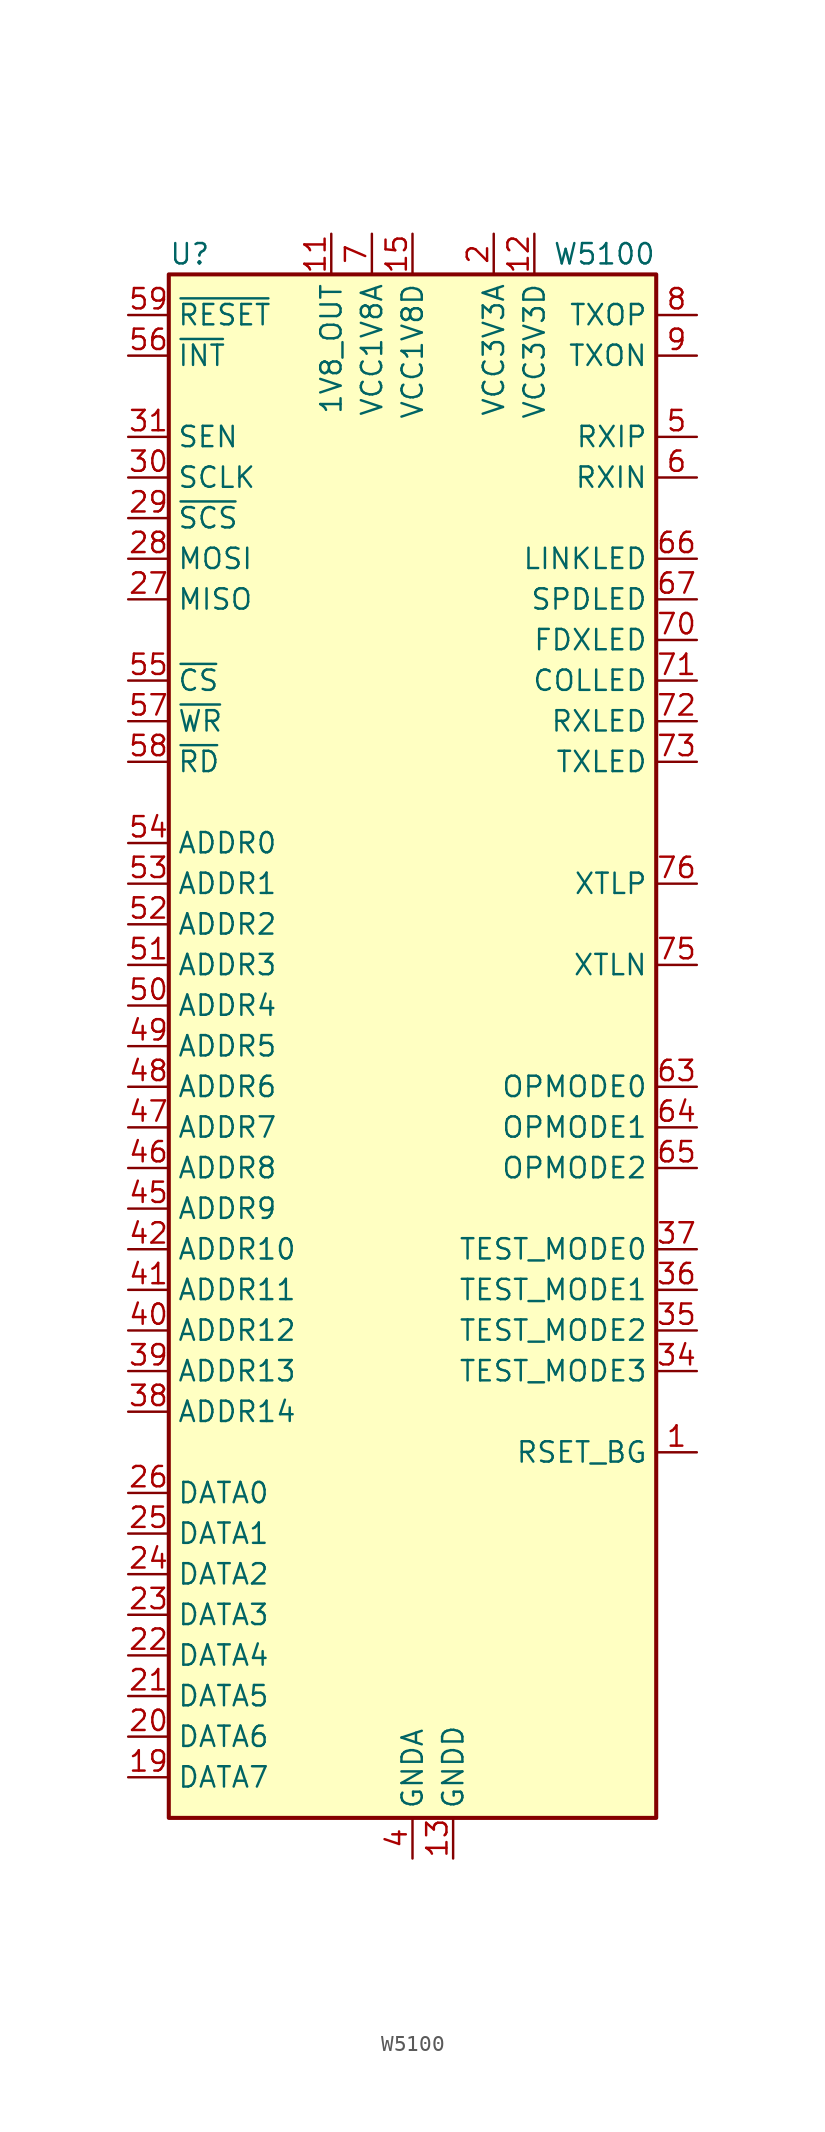
<source format=kicad_sym>
(kicad_symbol_lib
  (version 20201005)
  (generator kicad_symbol_editor)
  (symbol "W5100"
    (property "Reference" "U"
      (at -15.24 49.53 0)
      (effects (font (size 1.27 1.27)) (justify left)))
    (property "Value" "W5100"
      (at 15.24 49.53 0)
      (effects (font (size 1.27 1.27)) (justify right)))
    (symbol "W5100_0_1"
      (rectangle (start -15.24 48.26) (end 15.24 -48.26) (stroke (width 0.254)) (fill (type background))))
    (symbol "W5100_1_1"
      (pin output line (at 17.78 -25.4 180) (length 2.54) (name "RSET_BG" (effects (font (size 1.27 1.27)))) (number "1" (effects (font (size 1.27 1.27)))))
      (pin passive line (at 0 -50.8 90) (length 2.54) hide (name "GNDA" (effects (font (size 1.27 1.27)))) (number "10" (effects (font (size 1.27 1.27)))))
      (pin power_out line (at -5.08 50.8 270) (length 2.54) (name "1V8_OUT" (effects (font (size 1.27 1.27)))) (number "11" (effects (font (size 1.27 1.27)))))
      (pin power_in line (at 7.62 50.8 270) (length 2.54) (name "VCC3V3D" (effects (font (size 1.27 1.27)))) (number "12" (effects (font (size 1.27 1.27)))))
      (pin power_in line (at 2.54 -50.8 90) (length 2.54) (name "GNDD" (effects (font (size 1.27 1.27)))) (number "13" (effects (font (size 1.27 1.27)))))
      (pin passive line (at 2.54 -50.8 90) (length 2.54) hide (name "GNDD" (effects (font (size 1.27 1.27)))) (number "14" (effects (font (size 1.27 1.27)))))
      (pin power_in line (at 0 50.8 270) (length 2.54) (name "VCC1V8D" (effects (font (size 1.27 1.27)))) (number "15" (effects (font (size 1.27 1.27)))))
      (pin passive line (at 0 50.8 270) (length 2.54) hide (name "VCC1V8D" (effects (font (size 1.27 1.27)))) (number "16" (effects (font (size 1.27 1.27)))))
      (pin passive line (at 2.54 -50.8 90) (length 2.54) hide (name "GNDD" (effects (font (size 1.27 1.27)))) (number "17" (effects (font (size 1.27 1.27)))))
      (pin passive line (at 7.62 50.8 270) (length 2.54) hide (name "VCC3V3D" (effects (font (size 1.27 1.27)))) (number "18" (effects (font (size 1.27 1.27)))))
      (pin bidirectional line (at -17.78 -45.72 0) (length 2.54) (name "DATA7" (effects (font (size 1.27 1.27)))) (number "19" (effects (font (size 1.27 1.27)))))
      (pin power_in line (at 5.08 50.8 270) (length 2.54) (name "VCC3V3A" (effects (font (size 1.27 1.27)))) (number "2" (effects (font (size 1.27 1.27)))))
      (pin bidirectional line (at -17.78 -43.18 0) (length 2.54) (name "DATA6" (effects (font (size 1.27 1.27)))) (number "20" (effects (font (size 1.27 1.27)))))
      (pin bidirectional line (at -17.78 -40.64 0) (length 2.54) (name "DATA5" (effects (font (size 1.27 1.27)))) (number "21" (effects (font (size 1.27 1.27)))))
      (pin bidirectional line (at -17.78 -38.1 0) (length 2.54) (name "DATA4" (effects (font (size 1.27 1.27)))) (number "22" (effects (font (size 1.27 1.27)))))
      (pin bidirectional line (at -17.78 -35.56 0) (length 2.54) (name "DATA3" (effects (font (size 1.27 1.27)))) (number "23" (effects (font (size 1.27 1.27)))))
      (pin bidirectional line (at -17.78 -33.02 0) (length 2.54) (name "DATA2" (effects (font (size 1.27 1.27)))) (number "24" (effects (font (size 1.27 1.27)))))
      (pin bidirectional line (at -17.78 -30.48 0) (length 2.54) (name "DATA1" (effects (font (size 1.27 1.27)))) (number "25" (effects (font (size 1.27 1.27)))))
      (pin bidirectional line (at -17.78 -27.94 0) (length 2.54) (name "DATA0" (effects (font (size 1.27 1.27)))) (number "26" (effects (font (size 1.27 1.27)))))
      (pin output line (at -17.78 27.94 0) (length 2.54) (name "MISO" (effects (font (size 1.27 1.27)))) (number "27" (effects (font (size 1.27 1.27)))))
      (pin input line (at -17.78 30.48 0) (length 2.54) (name "MOSI" (effects (font (size 1.27 1.27)))) (number "28" (effects (font (size 1.27 1.27)))))
      (pin input line (at -17.78 33.02 0) (length 2.54) (name "~SCS" (effects (font (size 1.27 1.27)))) (number "29" (effects (font (size 1.27 1.27)))))
      (pin no_connect line (at 15.24 -30.48 180) (length 2.54) hide (name "NC" (effects (font (size 1.27 1.27)))) (number "3" (effects (font (size 1.27 1.27)))))
      (pin input line (at -17.78 35.56 0) (length 2.54) (name "SCLK" (effects (font (size 1.27 1.27)))) (number "30" (effects (font (size 1.27 1.27)))))
      (pin input line (at -17.78 38.1 0) (length 2.54) (name "SEN" (effects (font (size 1.27 1.27)))) (number "31" (effects (font (size 1.27 1.27)))))
      (pin passive line (at 2.54 -50.8 90) (length 2.54) hide (name "GNDD" (effects (font (size 1.27 1.27)))) (number "32" (effects (font (size 1.27 1.27)))))
      (pin passive line (at 0 50.8 270) (length 2.54) hide (name "VCC1V8D" (effects (font (size 1.27 1.27)))) (number "33" (effects (font (size 1.27 1.27)))))
      (pin input line (at 17.78 -20.32 180) (length 2.54) (name "TEST_MODE3" (effects (font (size 1.27 1.27)))) (number "34" (effects (font (size 1.27 1.27)))))
      (pin input line (at 17.78 -17.78 180) (length 2.54) (name "TEST_MODE2" (effects (font (size 1.27 1.27)))) (number "35" (effects (font (size 1.27 1.27)))))
      (pin input line (at 17.78 -15.24 180) (length 2.54) (name "TEST_MODE1" (effects (font (size 1.27 1.27)))) (number "36" (effects (font (size 1.27 1.27)))))
      (pin input line (at 17.78 -12.7 180) (length 2.54) (name "TEST_MODE0" (effects (font (size 1.27 1.27)))) (number "37" (effects (font (size 1.27 1.27)))))
      (pin input line (at -17.78 -22.86 0) (length 2.54) (name "ADDR14" (effects (font (size 1.27 1.27)))) (number "38" (effects (font (size 1.27 1.27)))))
      (pin input line (at -17.78 -20.32 0) (length 2.54) (name "ADDR13" (effects (font (size 1.27 1.27)))) (number "39" (effects (font (size 1.27 1.27)))))
      (pin power_in line (at 0 -50.8 90) (length 2.54) (name "GNDA" (effects (font (size 1.27 1.27)))) (number "4" (effects (font (size 1.27 1.27)))))
      (pin input line (at -17.78 -17.78 0) (length 2.54) (name "ADDR12" (effects (font (size 1.27 1.27)))) (number "40" (effects (font (size 1.27 1.27)))))
      (pin input line (at -17.78 -15.24 0) (length 2.54) (name "ADDR11" (effects (font (size 1.27 1.27)))) (number "41" (effects (font (size 1.27 1.27)))))
      (pin input line (at -17.78 -12.7 0) (length 2.54) (name "ADDR10" (effects (font (size 1.27 1.27)))) (number "42" (effects (font (size 1.27 1.27)))))
      (pin passive line (at 2.54 -50.8 90) (length 2.54) hide (name "GNDD" (effects (font (size 1.27 1.27)))) (number "43" (effects (font (size 1.27 1.27)))))
      (pin passive line (at 7.62 50.8 270) (length 2.54) hide (name "VCC3V3D" (effects (font (size 1.27 1.27)))) (number "44" (effects (font (size 1.27 1.27)))))
      (pin input line (at -17.78 -10.16 0) (length 2.54) (name "ADDR9" (effects (font (size 1.27 1.27)))) (number "45" (effects (font (size 1.27 1.27)))))
      (pin input line (at -17.78 -7.62 0) (length 2.54) (name "ADDR8" (effects (font (size 1.27 1.27)))) (number "46" (effects (font (size 1.27 1.27)))))
      (pin input line (at -17.78 -5.08 0) (length 2.54) (name "ADDR7" (effects (font (size 1.27 1.27)))) (number "47" (effects (font (size 1.27 1.27)))))
      (pin input line (at -17.78 -2.54 0) (length 2.54) (name "ADDR6" (effects (font (size 1.27 1.27)))) (number "48" (effects (font (size 1.27 1.27)))))
      (pin input line (at -17.78 0 0) (length 2.54) (name "ADDR5" (effects (font (size 1.27 1.27)))) (number "49" (effects (font (size 1.27 1.27)))))
      (pin input line (at 17.78 38.1 180) (length 2.54) (name "RXIP" (effects (font (size 1.27 1.27)))) (number "5" (effects (font (size 1.27 1.27)))))
      (pin input line (at -17.78 2.54 0) (length 2.54) (name "ADDR4" (effects (font (size 1.27 1.27)))) (number "50" (effects (font (size 1.27 1.27)))))
      (pin input line (at -17.78 5.08 0) (length 2.54) (name "ADDR3" (effects (font (size 1.27 1.27)))) (number "51" (effects (font (size 1.27 1.27)))))
      (pin input line (at -17.78 7.62 0) (length 2.54) (name "ADDR2" (effects (font (size 1.27 1.27)))) (number "52" (effects (font (size 1.27 1.27)))))
      (pin input line (at -17.78 10.16 0) (length 2.54) (name "ADDR1" (effects (font (size 1.27 1.27)))) (number "53" (effects (font (size 1.27 1.27)))))
      (pin input line (at -17.78 12.7 0) (length 2.54) (name "ADDR0" (effects (font (size 1.27 1.27)))) (number "54" (effects (font (size 1.27 1.27)))))
      (pin input line (at -17.78 22.86 0) (length 2.54) (name "~CS" (effects (font (size 1.27 1.27)))) (number "55" (effects (font (size 1.27 1.27)))))
      (pin output line (at -17.78 43.18 0) (length 2.54) (name "~INT" (effects (font (size 1.27 1.27)))) (number "56" (effects (font (size 1.27 1.27)))))
      (pin input line (at -17.78 20.32 0) (length 2.54) (name "~WR" (effects (font (size 1.27 1.27)))) (number "57" (effects (font (size 1.27 1.27)))))
      (pin input line (at -17.78 17.78 0) (length 2.54) (name "~RD" (effects (font (size 1.27 1.27)))) (number "58" (effects (font (size 1.27 1.27)))))
      (pin input line (at -17.78 45.72 0) (length 2.54) (name "~RESET" (effects (font (size 1.27 1.27)))) (number "59" (effects (font (size 1.27 1.27)))))
      (pin input line (at 17.78 35.56 180) (length 2.54) (name "RXIN" (effects (font (size 1.27 1.27)))) (number "6" (effects (font (size 1.27 1.27)))))
      (pin no_connect line (at 15.24 -33.02 180) (length 2.54) hide (name "NC" (effects (font (size 1.27 1.27)))) (number "60" (effects (font (size 1.27 1.27)))))
      (pin no_connect line (at 15.24 -35.56 180) (length 2.54) hide (name "NC" (effects (font (size 1.27 1.27)))) (number "61" (effects (font (size 1.27 1.27)))))
      (pin no_connect line (at 15.24 -38.1 180) (length 2.54) hide (name "NC" (effects (font (size 1.27 1.27)))) (number "62" (effects (font (size 1.27 1.27)))))
      (pin input line (at 17.78 -2.54 180) (length 2.54) (name "OPMODE0" (effects (font (size 1.27 1.27)))) (number "63" (effects (font (size 1.27 1.27)))))
      (pin input line (at 17.78 -5.08 180) (length 2.54) (name "OPMODE1" (effects (font (size 1.27 1.27)))) (number "64" (effects (font (size 1.27 1.27)))))
      (pin input line (at 17.78 -7.62 180) (length 2.54) (name "OPMODE2" (effects (font (size 1.27 1.27)))) (number "65" (effects (font (size 1.27 1.27)))))
      (pin output line (at 17.78 30.48 180) (length 2.54) (name "LINKLED" (effects (font (size 1.27 1.27)))) (number "66" (effects (font (size 1.27 1.27)))))
      (pin output line (at 17.78 27.94 180) (length 2.54) (name "SPDLED" (effects (font (size 1.27 1.27)))) (number "67" (effects (font (size 1.27 1.27)))))
      (pin passive line (at 2.54 -50.8 90) (length 2.54) hide (name "GNDD" (effects (font (size 1.27 1.27)))) (number "68" (effects (font (size 1.27 1.27)))))
      (pin passive line (at 0 50.8 270) (length 2.54) hide (name "VCC1V8D" (effects (font (size 1.27 1.27)))) (number "69" (effects (font (size 1.27 1.27)))))
      (pin power_in line (at -2.54 50.8 270) (length 2.54) (name "VCC1V8A" (effects (font (size 1.27 1.27)))) (number "7" (effects (font (size 1.27 1.27)))))
      (pin output line (at 17.78 25.4 180) (length 2.54) (name "FDXLED" (effects (font (size 1.27 1.27)))) (number "70" (effects (font (size 1.27 1.27)))))
      (pin output line (at 17.78 22.86 180) (length 2.54) (name "COLLED" (effects (font (size 1.27 1.27)))) (number "71" (effects (font (size 1.27 1.27)))))
      (pin output line (at 17.78 20.32 180) (length 2.54) (name "RXLED" (effects (font (size 1.27 1.27)))) (number "72" (effects (font (size 1.27 1.27)))))
      (pin output line (at 17.78 17.78 180) (length 2.54) (name "TXLED" (effects (font (size 1.27 1.27)))) (number "73" (effects (font (size 1.27 1.27)))))
      (pin passive line (at -2.54 50.8 270) (length 2.54) hide (name "VCC1V8A" (effects (font (size 1.27 1.27)))) (number "74" (effects (font (size 1.27 1.27)))))
      (pin input line (at 17.78 5.08 180) (length 2.54) (name "XTLN" (effects (font (size 1.27 1.27)))) (number "75" (effects (font (size 1.27 1.27)))))
      (pin output line (at 17.78 10.16 180) (length 2.54) (name "XTLP" (effects (font (size 1.27 1.27)))) (number "76" (effects (font (size 1.27 1.27)))))
      (pin passive line (at 0 -50.8 90) (length 2.54) hide (name "GNDA" (effects (font (size 1.27 1.27)))) (number "77" (effects (font (size 1.27 1.27)))))
      (pin no_connect line (at 15.24 -40.64 180) (length 2.54) hide (name "NC" (effects (font (size 1.27 1.27)))) (number "78" (effects (font (size 1.27 1.27)))))
      (pin no_connect line (at 15.24 -43.18 180) (length 2.54) hide (name "NC" (effects (font (size 1.27 1.27)))) (number "79" (effects (font (size 1.27 1.27)))))
      (pin output line (at 17.78 45.72 180) (length 2.54) (name "TXOP" (effects (font (size 1.27 1.27)))) (number "8" (effects (font (size 1.27 1.27)))))
      (pin no_connect line (at 15.24 -45.72 180) (length 2.54) hide (name "NC" (effects (font (size 1.27 1.27)))) (number "80" (effects (font (size 1.27 1.27)))))
      (pin output line (at 17.78 43.18 180) (length 2.54) (name "TXON" (effects (font (size 1.27 1.27)))) (number "9" (effects (font (size 1.27 1.27))))))))
</source>
